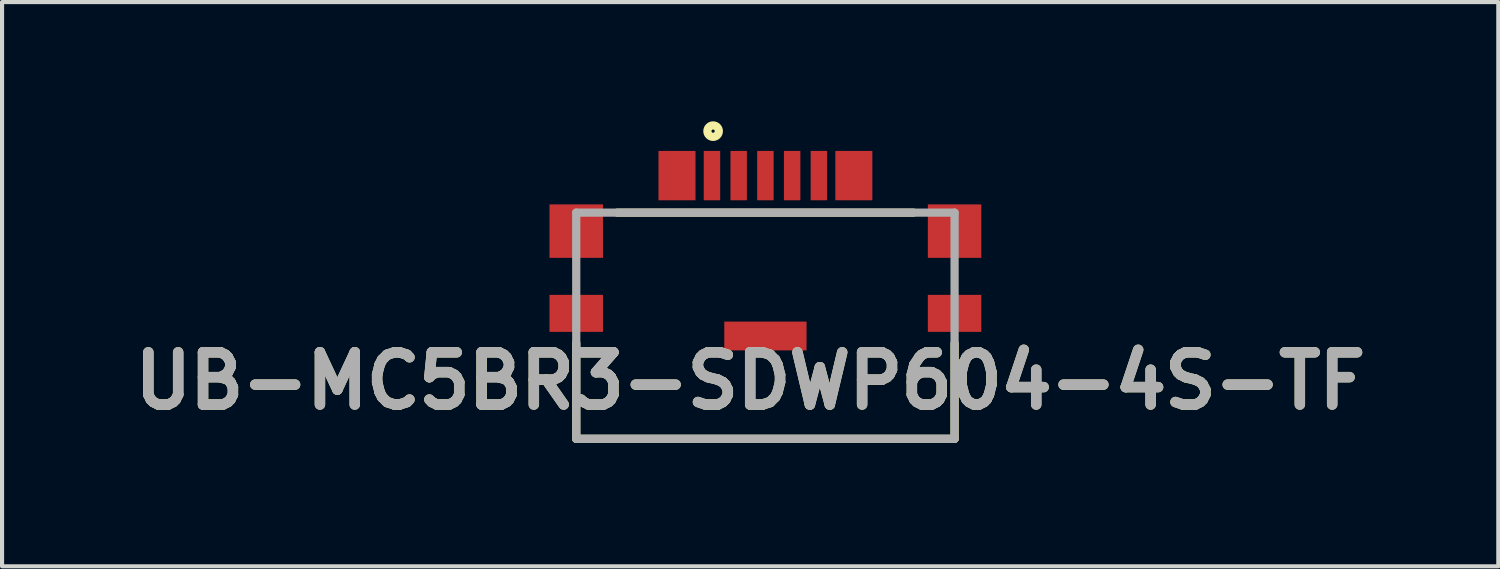
<source format=kicad_pcb>
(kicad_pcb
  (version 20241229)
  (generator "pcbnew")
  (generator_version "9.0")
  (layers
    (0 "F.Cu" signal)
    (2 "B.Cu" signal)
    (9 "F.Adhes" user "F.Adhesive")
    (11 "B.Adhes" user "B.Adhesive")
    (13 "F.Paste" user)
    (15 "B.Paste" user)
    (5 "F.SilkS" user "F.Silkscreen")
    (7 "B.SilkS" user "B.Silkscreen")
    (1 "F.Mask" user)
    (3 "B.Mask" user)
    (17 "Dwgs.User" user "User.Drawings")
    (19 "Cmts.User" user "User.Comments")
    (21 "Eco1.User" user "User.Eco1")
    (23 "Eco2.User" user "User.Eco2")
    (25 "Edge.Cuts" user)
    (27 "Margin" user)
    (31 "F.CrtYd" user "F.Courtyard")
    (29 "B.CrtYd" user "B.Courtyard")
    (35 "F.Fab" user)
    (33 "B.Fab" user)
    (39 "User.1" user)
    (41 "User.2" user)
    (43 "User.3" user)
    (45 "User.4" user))
  (footprint "UB-MC5BR3-SDWP604-4S-TF"
    (layer "F.Cu")
    (at 15.562 2.12)
    (property "Reference" "UB-MC5BR3-SDWP604-4S-TF" (at -0.37 4.092 0) (layer "F.SilkS") (effects (font (size 1.27 1.27) (thickness 0.254))))
    (attr smd)
    (fp_line (start -4.6 5.5) (end -4.6 3.178) (stroke (width 0.2) (type solid)) (layer "F.SilkS"))
    (fp_line (start -4.6 5.5) (end 4.6 5.5) (stroke (width 0.2) (type solid)) (layer "F.SilkS"))
    (fp_line (start -3.6 0) (end 3.6 0) (stroke (width 0.2) (type solid)) (layer "F.SilkS"))
    (fp_line (start 4.6 5.5) (end 4.6 3.178) (stroke (width 0.2) (type solid)) (layer "F.SilkS"))
    (fp_circle (center -1.272 -1.981) (end -1.272 -1.942) (stroke (width 0.2) (type solid)) (fill no) (layer "F.SilkS"))
    (fp_line (start -4.6 0) (end 4.6 0) (stroke (width 0.2) (type solid)) (layer "F.Fab"))
    (fp_line (start -4.6 5.5) (end -4.6 0) (stroke (width 0.2) (type solid)) (layer "F.Fab"))
    (fp_line (start 4.6 0) (end 4.6 5.5) (stroke (width 0.2) (type solid)) (layer "F.Fab"))
    (fp_line (start 4.6 5.5) (end -4.6 5.5) (stroke (width 0.2) (type solid)) (layer "F.Fab"))
    (fp_text user "${REFERENCE}" (at -0.37 4.092 0) (layer "F.Fab") (effects (font (size 1.27 1.27) (thickness 0.254))))
    (pad "1" smd rect (at -1.3 -0.9) (size 0.4 1.2) (layers "F.Cu" "F.Mask" "F.Paste"))
    (pad "2" smd rect (at -0.65 -0.9) (size 0.4 1.2) (layers "F.Cu" "F.Mask" "F.Paste"))
    (pad "3" smd rect (at 0 -0.9) (size 0.4 1.2) (layers "F.Cu" "F.Mask" "F.Paste"))
    (pad "4" smd rect (at 0.65 -0.9) (size 0.4 1.2) (layers "F.Cu" "F.Mask" "F.Paste"))
    (pad "5" smd rect (at 1.3 -0.9) (size 0.4 1.2) (layers "F.Cu" "F.Mask" "F.Paste"))
    (pad "6" smd rect (at -4.6 0.45 90) (size 1.3 1.3) (layers "F.Cu" "F.Mask" "F.Paste"))
    (pad "7" smd rect (at 4.6 0.45 90) (size 1.3 1.3) (layers "F.Cu" "F.Mask" "F.Paste"))
    (pad "8" smd rect (at -2.15 -0.9) (size 0.9 1.2) (layers "F.Cu" "F.Mask" "F.Paste"))
    (pad "9" smd rect (at 2.15 -0.9) (size 0.9 1.2) (layers "F.Cu" "F.Mask" "F.Paste"))
    (pad "10" smd rect (at -4.6 2.45 90) (size 0.9 1.3) (layers "F.Cu" "F.Mask" "F.Paste"))
    (pad "11" smd rect (at 4.6 2.45 90) (size 0.9 1.3) (layers "F.Cu" "F.Mask" "F.Paste"))
    (pad "12" smd rect (at 0 3 90) (size 0.7 2) (layers "F.Cu" "F.Mask" "F.Paste")))
  (gr_rect
    (start -3 -3)
    (end 33.383 10.72)
    (stroke (width 0.1) (type default))
    (fill no)
    (layer "Edge.Cuts")))
</source>
